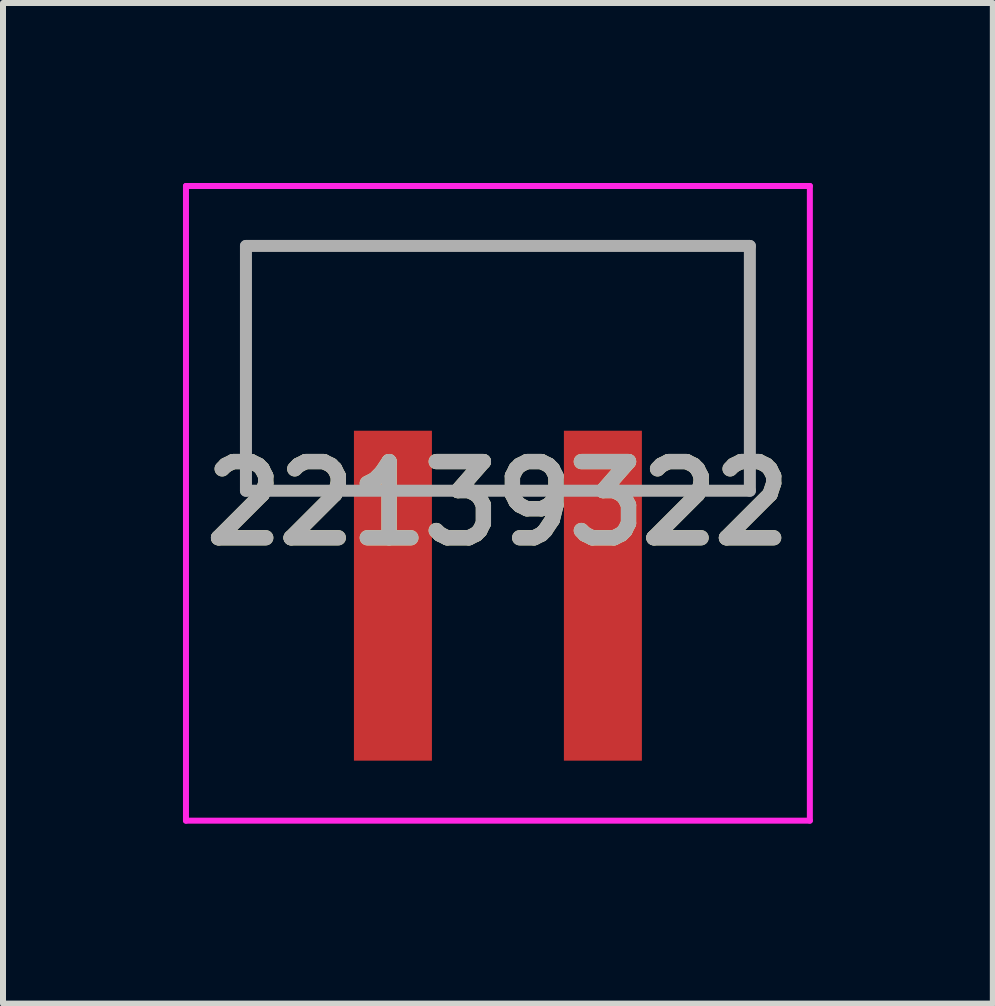
<source format=kicad_pcb>
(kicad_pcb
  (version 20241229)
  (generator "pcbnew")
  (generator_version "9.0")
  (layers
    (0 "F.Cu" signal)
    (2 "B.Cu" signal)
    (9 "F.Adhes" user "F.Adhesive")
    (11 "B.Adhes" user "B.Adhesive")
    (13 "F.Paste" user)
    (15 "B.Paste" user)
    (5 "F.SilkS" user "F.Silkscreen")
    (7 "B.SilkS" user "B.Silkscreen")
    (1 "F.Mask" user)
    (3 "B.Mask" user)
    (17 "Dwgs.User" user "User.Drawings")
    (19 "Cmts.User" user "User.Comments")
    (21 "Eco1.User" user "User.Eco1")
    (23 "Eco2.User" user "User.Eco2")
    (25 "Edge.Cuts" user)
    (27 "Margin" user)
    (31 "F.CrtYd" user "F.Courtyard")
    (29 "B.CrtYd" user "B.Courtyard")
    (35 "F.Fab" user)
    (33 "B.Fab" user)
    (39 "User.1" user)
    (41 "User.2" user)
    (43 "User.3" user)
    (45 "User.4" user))
  (footprint "22139322"
    (layer "F.Cu")
    (at 5.25 3.965)
    (property "Reference" "22139322" (at 0 1.375 0) (layer "F.SilkS") (effects (font (size 1.27 1.27) (thickness 0.254))))
    (attr smd)
    (fp_line (start -4.2 -2.915) (end 4.2 -2.915) (stroke (width 0.1) (type solid)) (layer "F.SilkS"))
    (fp_line (start -4.2 1.165) (end -4.2 -2.915) (stroke (width 0.1) (type solid)) (layer "F.SilkS"))
    (fp_line (start -3.5 1.165) (end -4.2 1.165) (stroke (width 0.1) (type solid)) (layer "F.SilkS"))
    (fp_line (start 4.2 -2.915) (end 4.2 1.165) (stroke (width 0.1) (type solid)) (layer "F.SilkS"))
    (fp_line (start 4.2 1.165) (end 3.5 1.165) (stroke (width 0.1) (type solid)) (layer "F.SilkS"))
    (fp_line (start -5.2 -3.915) (end 5.2 -3.915) (stroke (width 0.1) (type solid)) (layer "F.CrtYd"))
    (fp_line (start -5.2 6.665) (end -5.2 -3.915) (stroke (width 0.1) (type solid)) (layer "F.CrtYd"))
    (fp_line (start 5.2 -3.915) (end 5.2 6.665) (stroke (width 0.1) (type solid)) (layer "F.CrtYd"))
    (fp_line (start 5.2 6.665) (end -5.2 6.665) (stroke (width 0.1) (type solid)) (layer "F.CrtYd"))
    (fp_line (start -4.2 -2.915) (end -4.2 1.165) (stroke (width 0.2) (type solid)) (layer "F.Fab"))
    (fp_line (start -4.2 1.165) (end 4.2 1.165) (stroke (width 0.2) (type solid)) (layer "F.Fab"))
    (fp_line (start 4.2 -2.915) (end -4.2 -2.915) (stroke (width 0.2) (type solid)) (layer "F.Fab"))
    (fp_line (start 4.2 1.165) (end 4.2 -2.915) (stroke (width 0.2) (type solid)) (layer "F.Fab"))
    (fp_text user "${REFERENCE}" (at 0 1.375 0) (layer "F.Fab") (effects (font (size 1.27 1.27) (thickness 0.254))))
    (pad "1" smd rect (at -1.75 2.915) (size 1.3 5.5) (layers "F.Cu" "F.Mask" "F.Paste"))
    (pad "2" smd rect (at 1.75 2.915) (size 1.3 5.5) (layers "F.Cu" "F.Mask" "F.Paste")))
  (gr_rect
    (start -3 -3)
    (end 13.5 13.68)
    (stroke (width 0.1) (type default))
    (fill no)
    (layer "Edge.Cuts")))
</source>
